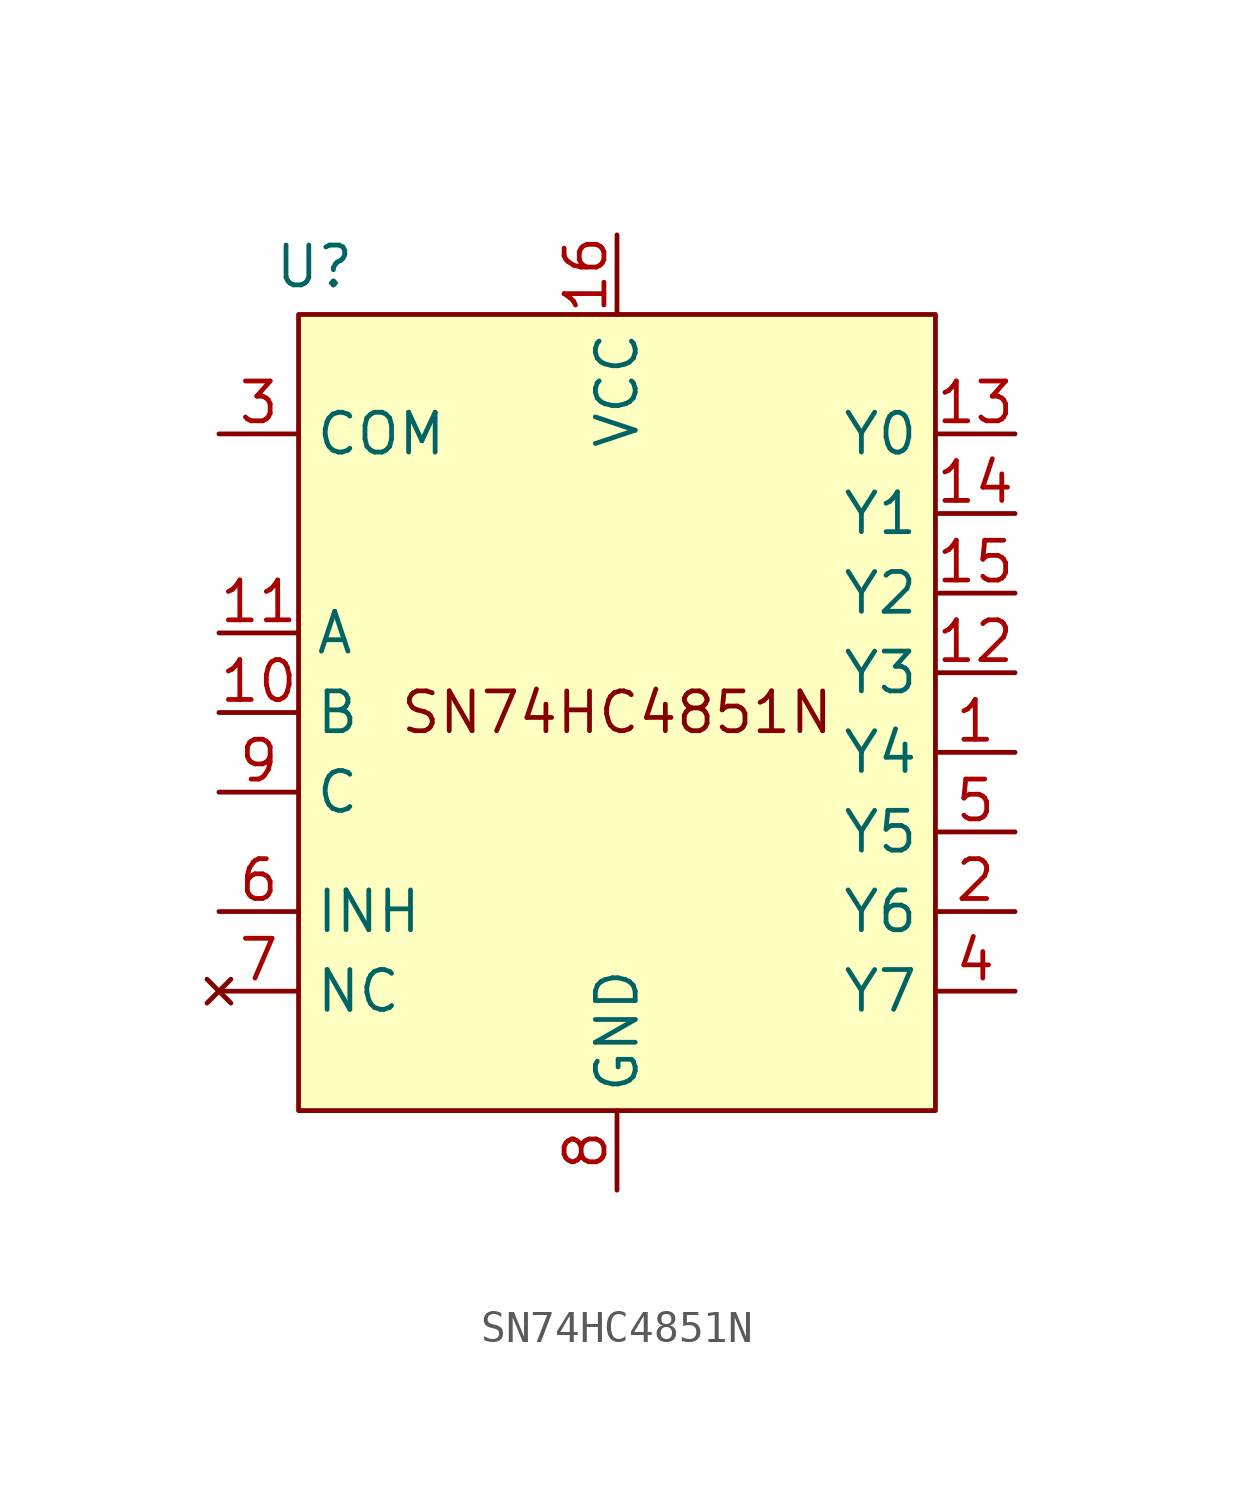
<source format=kicad_sym>
(kicad_symbol_lib
  (version 20231120)
  (generator "kicad_symbol_editor")
  (generator_version "8.0")
  (symbol "SN74HC4851N"
    (property "Reference" "U"
      (at -9.652 14.224 0)
      (effects (font (size 1.27 1.27))))
    (symbol "SN74HC4851N_1_1"
      (rectangle (start -10.16 12.7) (end 10.16 -12.7) (stroke (width 0) (type default)) (fill (type background)))
      (text "SN74HC4851N" (at 0 0 0) (effects (font (size 1.27 1.27))))
      (pin input line (at 12.7 -1.27 180) (length 2.54) (name "Y4" (effects (font (size 1.27 1.27)))) (number "1" (effects (font (size 1.27 1.27)))))
      (pin input line (at -12.7 0 0) (length 2.54) (name "B" (effects (font (size 1.27 1.27)))) (number "10" (effects (font (size 1.27 1.27)))))
      (pin input line (at -12.7 2.54 0) (length 2.54) (name "A" (effects (font (size 1.27 1.27)))) (number "11" (effects (font (size 1.27 1.27)))))
      (pin input line (at 12.7 1.27 180) (length 2.54) (name "Y3" (effects (font (size 1.27 1.27)))) (number "12" (effects (font (size 1.27 1.27)))))
      (pin input line (at 12.7 8.89 180) (length 2.54) (name "Y0" (effects (font (size 1.27 1.27)))) (number "13" (effects (font (size 1.27 1.27)))))
      (pin input line (at 12.7 6.35 180) (length 2.54) (name "Y1" (effects (font (size 1.27 1.27)))) (number "14" (effects (font (size 1.27 1.27)))))
      (pin input line (at 12.7 3.81 180) (length 2.54) (name "Y2" (effects (font (size 1.27 1.27)))) (number "15" (effects (font (size 1.27 1.27)))))
      (pin power_in line (at 0 15.24 270) (length 2.54) (name "VCC" (effects (font (size 1.27 1.27)))) (number "16" (effects (font (size 1.27 1.27)))))
      (pin input line (at 12.7 -6.35 180) (length 2.54) (name "Y6" (effects (font (size 1.27 1.27)))) (number "2" (effects (font (size 1.27 1.27)))))
      (pin output line (at -12.7 8.89 0) (length 2.54) (name "COM" (effects (font (size 1.27 1.27)))) (number "3" (effects (font (size 1.27 1.27)))))
      (pin input line (at 12.7 -8.89 180) (length 2.54) (name "Y7" (effects (font (size 1.27 1.27)))) (number "4" (effects (font (size 1.27 1.27)))))
      (pin input line (at 12.7 -3.81 180) (length 2.54) (name "Y5" (effects (font (size 1.27 1.27)))) (number "5" (effects (font (size 1.27 1.27)))))
      (pin input line (at -12.7 -6.35 0) (length 2.54) (name "INH" (effects (font (size 1.27 1.27)))) (number "6" (effects (font (size 1.27 1.27)))))
      (pin no_connect line (at -12.7 -8.89 0) (length 2.54) (name "NC" (effects (font (size 1.27 1.27)))) (number "7" (effects (font (size 1.27 1.27)))))
      (pin power_in line (at 0 -15.24 90) (length 2.54) (name "GND" (effects (font (size 1.27 1.27)))) (number "8" (effects (font (size 1.27 1.27)))))
      (pin input line (at -12.7 -2.54 0) (length 2.54) (name "C" (effects (font (size 1.27 1.27)))) (number "9" (effects (font (size 1.27 1.27))))))))
</source>
